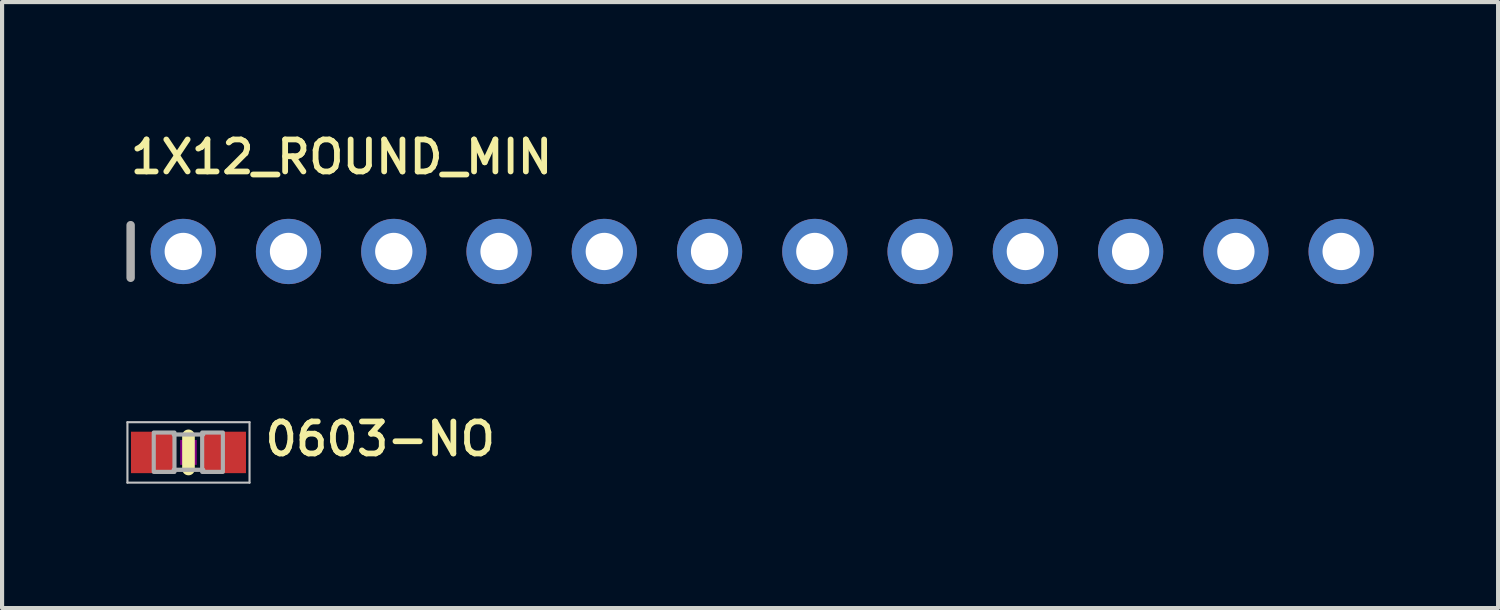
<source format=kicad_pcb>
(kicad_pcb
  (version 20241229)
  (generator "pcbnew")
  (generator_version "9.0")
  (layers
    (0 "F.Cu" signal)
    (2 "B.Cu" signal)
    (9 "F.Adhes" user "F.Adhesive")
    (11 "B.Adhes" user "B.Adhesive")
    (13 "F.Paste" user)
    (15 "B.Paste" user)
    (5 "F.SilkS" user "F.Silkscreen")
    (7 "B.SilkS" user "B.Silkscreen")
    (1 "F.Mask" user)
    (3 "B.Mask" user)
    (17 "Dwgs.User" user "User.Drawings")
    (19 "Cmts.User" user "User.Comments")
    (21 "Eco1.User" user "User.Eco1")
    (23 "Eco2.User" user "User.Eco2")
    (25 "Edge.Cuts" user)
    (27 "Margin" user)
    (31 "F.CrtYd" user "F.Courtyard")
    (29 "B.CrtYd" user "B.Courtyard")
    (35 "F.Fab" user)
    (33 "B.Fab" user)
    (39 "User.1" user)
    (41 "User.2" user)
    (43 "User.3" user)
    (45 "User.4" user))
  (footprint "1X12_ROUND_MIN"
    (layer "F.Cu")
    (at 15.342 3.018)
    (property "Reference" "1X12_ROUND_MIN" (at -15.316 -1.829 0) (layer "F.SilkS") (effects (font (size 0.772 0.772) (thickness 0.139)) (justify left bottom)))
    (attr through_hole)
    (fp_line (start -15.24 -0.635) (end -15.24 0.635) (stroke (width 0.203) (type solid)) (layer "F.Fab"))
    (fp_poly (pts (xy -14.224 0.254) (xy -13.716 0.254) (xy -13.716 -0.254) (xy -14.224 -0.254)) (stroke (width 0.1) (type solid)) (fill no) (layer "F.Fab"))
    (fp_poly (pts (xy -11.684 0.254) (xy -11.176 0.254) (xy -11.176 -0.254) (xy -11.684 -0.254)) (stroke (width 0.1) (type solid)) (fill no) (layer "F.Fab"))
    (fp_poly (pts (xy -9.144 0.254) (xy -8.636 0.254) (xy -8.636 -0.254) (xy -9.144 -0.254)) (stroke (width 0.1) (type solid)) (fill no) (layer "F.Fab"))
    (fp_poly (pts (xy -6.604 0.254) (xy -6.096 0.254) (xy -6.096 -0.254) (xy -6.604 -0.254)) (stroke (width 0.1) (type solid)) (fill no) (layer "F.Fab"))
    (fp_poly (pts (xy -4.064 0.254) (xy -3.556 0.254) (xy -3.556 -0.254) (xy -4.064 -0.254)) (stroke (width 0.1) (type solid)) (fill no) (layer "F.Fab"))
    (fp_poly (pts (xy -1.524 0.254) (xy -1.016 0.254) (xy -1.016 -0.254) (xy -1.524 -0.254)) (stroke (width 0.1) (type solid)) (fill no) (layer "F.Fab"))
    (fp_poly (pts (xy 1.016 0.254) (xy 1.524 0.254) (xy 1.524 -0.254) (xy 1.016 -0.254)) (stroke (width 0.1) (type solid)) (fill no) (layer "F.Fab"))
    (fp_poly (pts (xy 3.556 0.254) (xy 4.064 0.254) (xy 4.064 -0.254) (xy 3.556 -0.254)) (stroke (width 0.1) (type solid)) (fill no) (layer "F.Fab"))
    (fp_poly (pts (xy 6.096 0.254) (xy 6.604 0.254) (xy 6.604 -0.254) (xy 6.096 -0.254)) (stroke (width 0.1) (type solid)) (fill no) (layer "F.Fab"))
    (fp_poly (pts (xy 8.636 0.254) (xy 9.144 0.254) (xy 9.144 -0.254) (xy 8.636 -0.254)) (stroke (width 0.1) (type solid)) (fill no) (layer "F.Fab"))
    (fp_poly (pts (xy 11.176 0.254) (xy 11.684 0.254) (xy 11.684 -0.254) (xy 11.176 -0.254)) (stroke (width 0.1) (type solid)) (fill no) (layer "F.Fab"))
    (fp_poly (pts (xy 13.716 0.254) (xy 14.224 0.254) (xy 14.224 -0.254) (xy 13.716 -0.254)) (stroke (width 0.1) (type solid)) (fill no) (layer "F.Fab"))
    (pad "1" thru_hole circle (at -13.97 0 90) (size 1.575 1.575) (drill 0.9) (layers "*.Cu" "*.Mask"))
    (pad "2" thru_hole circle (at -11.43 0 90) (size 1.575 1.575) (drill 0.9) (layers "*.Cu" "*.Mask"))
    (pad "3" thru_hole circle (at -8.89 0 90) (size 1.575 1.575) (drill 0.9) (layers "*.Cu" "*.Mask"))
    (pad "4" thru_hole circle (at -6.35 0 90) (size 1.575 1.575) (drill 0.9) (layers "*.Cu" "*.Mask"))
    (pad "5" thru_hole circle (at -3.81 0 90) (size 1.575 1.575) (drill 0.9) (layers "*.Cu" "*.Mask"))
    (pad "6" thru_hole circle (at -1.27 0 90) (size 1.575 1.575) (drill 0.9) (layers "*.Cu" "*.Mask"))
    (pad "7" thru_hole circle (at 1.27 0 90) (size 1.575 1.575) (drill 0.9) (layers "*.Cu" "*.Mask"))
    (pad "8" thru_hole circle (at 3.81 0 90) (size 1.575 1.575) (drill 0.9) (layers "*.Cu" "*.Mask"))
    (pad "9" thru_hole circle (at 6.35 0 90) (size 1.575 1.575) (drill 0.9) (layers "*.Cu" "*.Mask"))
    (pad "10" thru_hole circle (at 8.89 0 90) (size 1.575 1.575) (drill 0.9) (layers "*.Cu" "*.Mask"))
    (pad "11" thru_hole circle (at 11.43 0 90) (size 1.575 1.575) (drill 0.9) (layers "*.Cu" "*.Mask"))
    (pad "12" thru_hole circle (at 13.97 0 90) (size 1.575 1.575) (drill 0.9) (layers "*.Cu" "*.Mask")))
  (footprint "0603-NO"
    (layer "F.Cu")
    (at 1.498 7.867)
    (property "Reference" "0603-NO" (at 1.778 0.127 180) (layer "F.SilkS") (effects (font (size 0.772 0.772) (thickness 0.139)) (justify left bottom)))
    (attr through_hole)
    (fp_line (start 0 -0.4) (end 0 0.4) (stroke (width 0.305) (type solid)) (layer "F.SilkS"))
    (fp_poly (pts (xy -0.2 0.3) (xy 0.2 0.3) (xy 0.2 -0.3) (xy -0.2 -0.3)) (stroke (width 0) (type solid)) (fill yes) (layer "F.Adhes"))
    (fp_line (start -1.473 -0.729) (end 1.473 -0.729) (stroke (width 0.051) (type solid)) (layer "Dwgs.User"))
    (fp_line (start -1.473 0.729) (end -1.473 -0.729) (stroke (width 0.051) (type solid)) (layer "Dwgs.User"))
    (fp_line (start 1.473 -0.729) (end 1.473 0.729) (stroke (width 0.051) (type solid)) (layer "Dwgs.User"))
    (fp_line (start 1.473 0.729) (end -1.473 0.729) (stroke (width 0.051) (type solid)) (layer "Dwgs.User"))
    (fp_line (start -0.356 -0.432) (end 0.356 -0.432) (stroke (width 0.102) (type solid)) (layer "F.Fab"))
    (fp_line (start -0.356 0.419) (end 0.356 0.419) (stroke (width 0.102) (type solid)) (layer "F.Fab"))
    (fp_poly (pts (xy -0.838 0.47) (xy -0.338 0.47) (xy -0.338 -0.48) (xy -0.838 -0.48)) (stroke (width 0.1) (type solid)) (fill no) (layer "F.Fab"))
    (fp_poly (pts (xy 0.33 0.47) (xy 0.83 0.47) (xy 0.83 -0.48) (xy 0.33 -0.48)) (stroke (width 0.1) (type solid)) (fill no) (layer "F.Fab"))
    (pad "1" smd rect (at -0.85 0) (size 1.075 1) (layers "F.Cu" "F.Mask" "F.Paste"))
    (pad "2" smd rect (at 0.85 0) (size 1.075 1) (layers "F.Cu" "F.Mask" "F.Paste")))
  (gr_rect
    (start -3 -3)
    (end 33.099 11.622)
    (stroke (width 0.1) (type default))
    (fill no)
    (layer "Edge.Cuts")))
</source>
